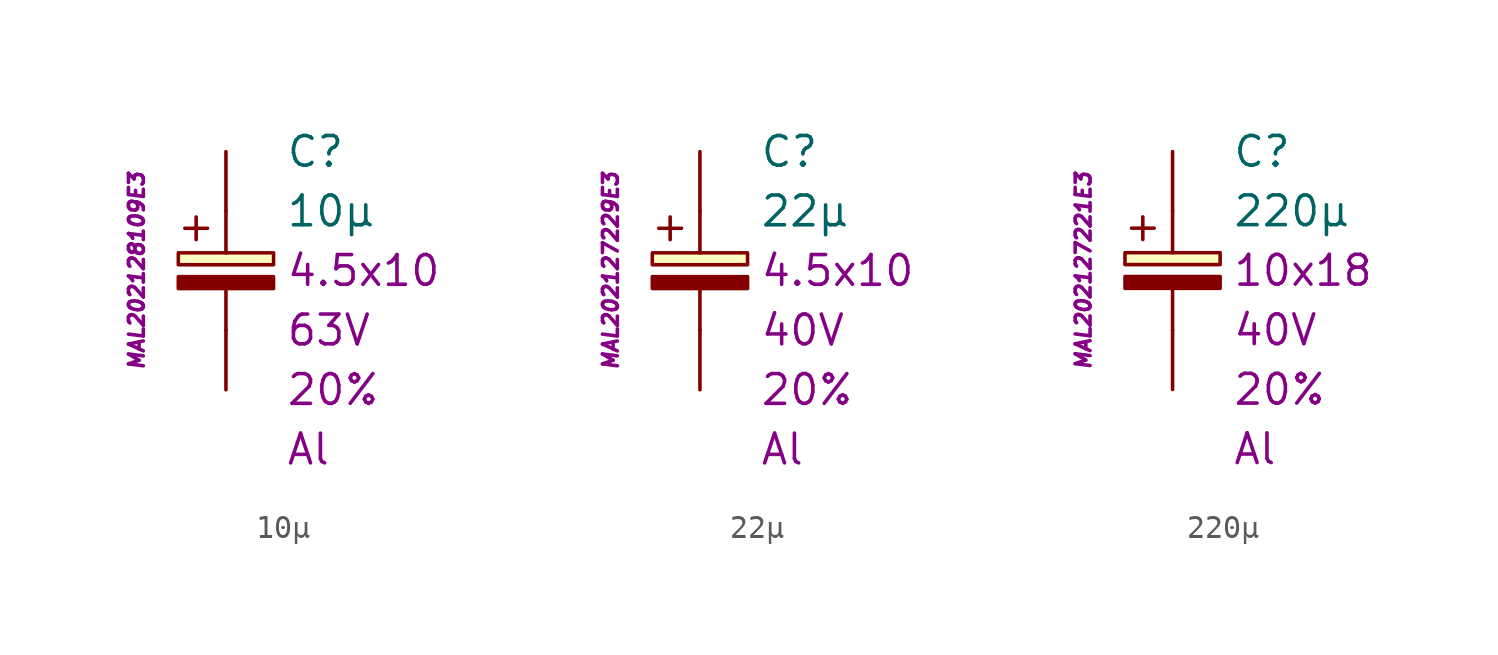
<source format=kicad_sym>
(kicad_symbol_lib
  (version 20201005)
  (generator kicad_symbol_editor)
  (symbol "10µ"
    (pin_numbers hide)
    (pin_names
      (offset 1.016) hide)
    (property "Reference" "C"
      (at 2.54 5.08 0)
      (effects (font (size 1.27 1.27)) (justify left)))
    (property "Value" "10µ"
      (at 2.54 2.54 0)
      (effects (font (size 1.27 1.27)) (justify left)))
    (property "Package" "4.5x10"
      (at 2.54 0 0)
      (effects (font (size 1.27 1.27)) (justify left)))
    (property "Voltage" "63V"
      (at 2.54 -2.54 0)
      (effects (font (size 1.27 1.27)) (justify left)))
    (property "Tolerance" "20%"
      (at 2.54 -5.08 0)
      (effects (font (size 1.27 1.27)) (justify left)))
    (property "Dielectric" "Al"
      (at 2.54 -7.62 0)
      (effects (font (size 1.27 1.27)) (justify left)))
    (property "MPN" "MAL202128109E3"
      (at -3.81 0 90)
      (effects (font (size 0.635 0.635) italic)))
    (symbol "10µ_0_0"
      (text "+" (at -1.27 1.905 0) (effects (font (size 1.27 1.27)))))
    (symbol "10µ_0_1"
      (rectangle (start -2.032 -0.254) (end 2.032 -0.762) (stroke (width 0.152)) (fill (type outline)))
      (rectangle (start -2.032 0.254) (end 2.032 0.762) (stroke (width 0.152)) (fill (type background)))
      (polyline (pts (xy 0 -2.54) (xy 0 -0.762)) (stroke (width 0.152)) (fill (type none)))
      (polyline (pts (xy 0 0.762) (xy 0 2.54)) (stroke (width 0.152)) (fill (type none))))
    (symbol "10µ_1_1"
      (pin passive line (at 0 5.08 270) (length 2.54) (name "~" (effects (font (size 1.778 1.778)))) (number "1" (effects (font (size 1.778 1.778)))))
      (pin passive line (at 0 -5.08 90) (length 2.54) (name "~" (effects (font (size 1.778 1.778)))) (number "2" (effects (font (size 1.778 1.778)))))))
  (symbol "22µ"
    (pin_numbers hide)
    (pin_names
      (offset 1.016) hide)
    (property "Reference" "C"
      (at 2.54 5.08 0)
      (effects (font (size 1.27 1.27)) (justify left)))
    (property "Value" "22µ"
      (at 2.54 2.54 0)
      (effects (font (size 1.27 1.27)) (justify left)))
    (property "Package" "4.5x10"
      (at 2.54 0 0)
      (effects (font (size 1.27 1.27)) (justify left)))
    (property "Voltage" "40V"
      (at 2.54 -2.54 0)
      (effects (font (size 1.27 1.27)) (justify left)))
    (property "Tolerance" "20%"
      (at 2.54 -5.08 0)
      (effects (font (size 1.27 1.27)) (justify left)))
    (property "Dielectric" "Al"
      (at 2.54 -7.62 0)
      (effects (font (size 1.27 1.27)) (justify left)))
    (property "MPN" "MAL202127229E3"
      (at -3.81 0 90)
      (effects (font (size 0.635 0.635) italic)))
    (symbol "22µ_0_0"
      (text "+" (at -1.27 1.905 0) (effects (font (size 1.27 1.27)))))
    (symbol "22µ_0_1"
      (rectangle (start -2.032 -0.254) (end 2.032 -0.762) (stroke (width 0.152)) (fill (type outline)))
      (rectangle (start -2.032 0.254) (end 2.032 0.762) (stroke (width 0.152)) (fill (type background)))
      (polyline (pts (xy 0 -2.54) (xy 0 -0.762)) (stroke (width 0.152)) (fill (type none)))
      (polyline (pts (xy 0 0.762) (xy 0 2.54)) (stroke (width 0.152)) (fill (type none))))
    (symbol "22µ_1_1"
      (pin passive line (at 0 5.08 270) (length 2.54) (name "~" (effects (font (size 1.778 1.778)))) (number "1" (effects (font (size 1.778 1.778)))))
      (pin passive line (at 0 -5.08 90) (length 2.54) (name "~" (effects (font (size 1.778 1.778)))) (number "2" (effects (font (size 1.778 1.778)))))))
  (symbol "220µ"
    (pin_numbers hide)
    (pin_names
      (offset 1.016) hide)
    (property "Reference" "C"
      (at 2.54 5.08 0)
      (effects (font (size 1.27 1.27)) (justify left)))
    (property "Value" "220µ"
      (at 2.54 2.54 0)
      (effects (font (size 1.27 1.27)) (justify left)))
    (property "Package" "10x18"
      (at 2.54 0 0)
      (effects (font (size 1.27 1.27)) (justify left)))
    (property "Voltage" "40V"
      (at 2.54 -2.54 0)
      (effects (font (size 1.27 1.27)) (justify left)))
    (property "Tolerance" "20%"
      (at 2.54 -5.08 0)
      (effects (font (size 1.27 1.27)) (justify left)))
    (property "Dielectric" "Al"
      (at 2.54 -7.62 0)
      (effects (font (size 1.27 1.27)) (justify left)))
    (property "MPN" "MAL202127221E3"
      (at -3.81 0 90)
      (effects (font (size 0.635 0.635) italic)))
    (symbol "220µ_0_0"
      (text "+" (at -1.27 1.905 0) (effects (font (size 1.27 1.27)))))
    (symbol "220µ_0_1"
      (rectangle (start -2.032 -0.254) (end 2.032 -0.762) (stroke (width 0.152)) (fill (type outline)))
      (rectangle (start -2.032 0.254) (end 2.032 0.762) (stroke (width 0.152)) (fill (type background)))
      (polyline (pts (xy 0 -2.54) (xy 0 -0.762)) (stroke (width 0.152)) (fill (type none)))
      (polyline (pts (xy 0 0.762) (xy 0 2.54)) (stroke (width 0.152)) (fill (type none))))
    (symbol "220µ_1_1"
      (pin passive line (at 0 5.08 270) (length 2.54) (name "~" (effects (font (size 1.778 1.778)))) (number "1" (effects (font (size 1.778 1.778)))))
      (pin passive line (at 0 -5.08 90) (length 2.54) (name "~" (effects (font (size 1.778 1.778)))) (number "2" (effects (font (size 1.778 1.778))))))))
</source>
